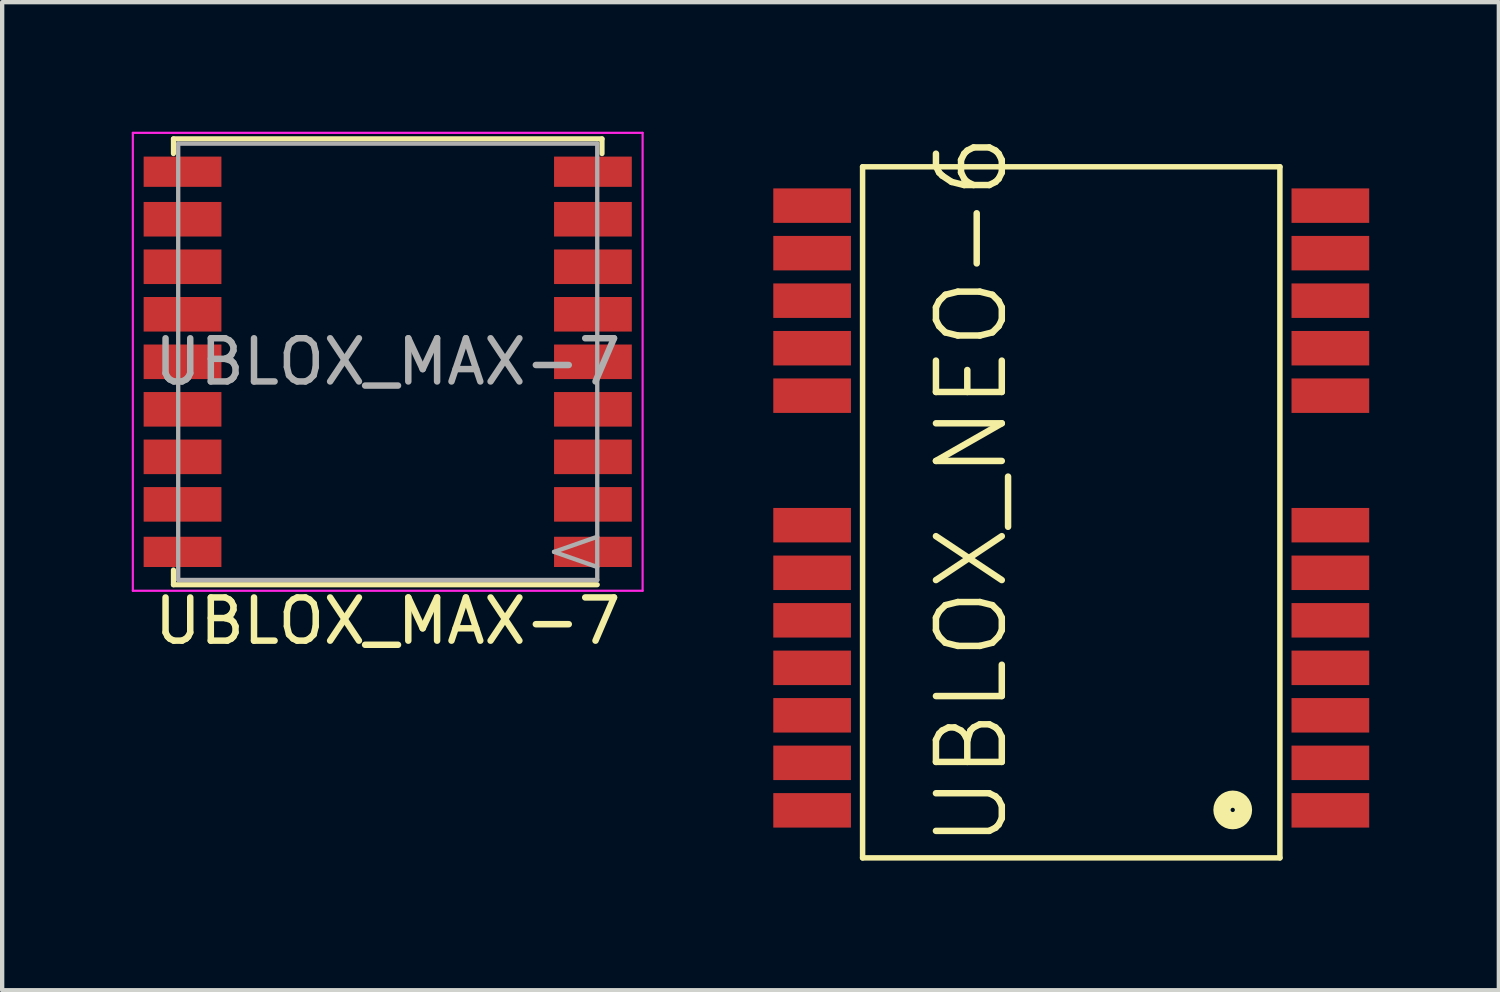
<source format=kicad_pcb>
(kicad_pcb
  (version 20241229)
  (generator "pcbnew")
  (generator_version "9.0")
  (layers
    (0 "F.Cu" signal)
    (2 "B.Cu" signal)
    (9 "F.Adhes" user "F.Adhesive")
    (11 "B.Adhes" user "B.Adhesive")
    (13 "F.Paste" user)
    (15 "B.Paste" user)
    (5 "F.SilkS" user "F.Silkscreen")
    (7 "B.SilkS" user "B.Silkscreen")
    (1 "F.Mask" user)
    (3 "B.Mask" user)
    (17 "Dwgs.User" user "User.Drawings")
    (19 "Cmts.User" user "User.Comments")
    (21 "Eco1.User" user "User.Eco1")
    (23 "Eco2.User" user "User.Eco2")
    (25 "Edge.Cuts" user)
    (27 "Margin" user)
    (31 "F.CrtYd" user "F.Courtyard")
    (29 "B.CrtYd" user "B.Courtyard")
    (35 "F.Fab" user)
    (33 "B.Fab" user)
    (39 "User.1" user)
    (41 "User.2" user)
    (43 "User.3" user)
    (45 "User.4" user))
  (footprint "UBLOX_NEO-6"
    (layer "F.Cu")
    (at 21.347 8.309)
    (property "Reference" "UBLOX_NEO-6" (at -1.905 0 90) (layer "F.SilkS") (effects (font (size 1.524 1.524) (thickness 0.15))))
    (attr smd)
    (fp_line (start -4.43 -7.498) (end -4.43 8.499) (stroke (width 0.127) (type solid)) (layer "F.SilkS"))
    (fp_line (start -4.43 -7.498) (end 5.23 -7.498) (stroke (width 0.127) (type solid)) (layer "F.SilkS"))
    (fp_line (start -4.43 8.499) (end 5.23 8.499) (stroke (width 0.127) (type solid)) (layer "F.SilkS"))
    (fp_line (start 5.23 8.499) (end 5.23 -7.498) (stroke (width 0.127) (type solid)) (layer "F.SilkS"))
    (fp_circle (center 4.138 7.389) (end 4.138 7.14) (stroke (width 0.399) (type solid)) (fill no) (layer "F.SilkS"))
    (pad "1_RE" smd rect (at 6.398 7.399 90) (size 0.798 1.798) (layers "F.Cu" "F.Mask" "F.Paste"))
    (pad "2_SS" smd rect (at 6.398 6.299 90) (size 0.798 1.798) (layers "F.Cu" "F.Mask" "F.Paste"))
    (pad "3_TI" smd rect (at 6.398 5.199 90) (size 0.798 1.798) (layers "F.Cu" "F.Mask" "F.Paste"))
    (pad "4_EX" smd rect (at 6.398 4.1 90) (size 0.798 1.798) (layers "F.Cu" "F.Mask" "F.Paste"))
    (pad "5_US" smd rect (at 6.398 3 90) (size 0.798 1.798) (layers "F.Cu" "F.Mask" "F.Paste"))
    (pad "6_US" smd rect (at 6.398 1.9 90) (size 0.798 1.798) (layers "F.Cu" "F.Mask" "F.Paste"))
    (pad "7_VD" smd rect (at 6.398 0.798 90) (size 0.798 1.798) (layers "F.Cu" "F.Mask" "F.Paste"))
    (pad "8_RE" smd rect (at 6.398 -2.2 90) (size 0.798 1.798) (layers "F.Cu" "F.Mask" "F.Paste"))
    (pad "9_VC" smd rect (at 6.398 -3.299 90) (size 0.798 1.798) (layers "F.Cu" "F.Mask" "F.Paste"))
    (pad "10_G" smd rect (at 6.398 -4.399 90) (size 0.798 1.798) (layers "F.Cu" "F.Mask" "F.Paste"))
    (pad "11_R" smd rect (at 6.398 -5.499 90) (size 0.798 1.798) (layers "F.Cu" "F.Mask" "F.Paste"))
    (pad "12_G" smd rect (at 6.398 -6.599 90) (size 0.798 1.798) (layers "F.Cu" "F.Mask" "F.Paste"))
    (pad "13_G" smd rect (at -5.598 -6.599 90) (size 0.798 1.798) (layers "F.Cu" "F.Mask" "F.Paste"))
    (pad "14_M" smd rect (at -5.598 -5.499 90) (size 0.798 1.798) (layers "F.Cu" "F.Mask" "F.Paste"))
    (pad "15_M" smd rect (at -5.598 -4.399 90) (size 0.798 1.798) (layers "F.Cu" "F.Mask" "F.Paste"))
    (pad "16_C" smd rect (at -5.598 -3.299 90) (size 0.798 1.798) (layers "F.Cu" "F.Mask" "F.Paste"))
    (pad "17_R" smd rect (at -5.598 -2.2 90) (size 0.798 1.798) (layers "F.Cu" "F.Mask" "F.Paste"))
    (pad "18_S" smd rect (at -5.598 0.798 90) (size 0.798 1.798) (layers "F.Cu" "F.Mask" "F.Paste"))
    (pad "19_S" smd rect (at -5.598 1.9 90) (size 0.798 1.798) (layers "F.Cu" "F.Mask" "F.Paste"))
    (pad "20_T" smd rect (at -5.598 3 90) (size 0.798 1.798) (layers "F.Cu" "F.Mask" "F.Paste"))
    (pad "21_R" smd rect (at -5.598 4.1 90) (size 0.798 1.798) (layers "F.Cu" "F.Mask" "F.Paste"))
    (pad "22_V" smd rect (at -5.598 5.199 90) (size 0.798 1.798) (layers "F.Cu" "F.Mask" "F.Paste"))
    (pad "23_V" smd rect (at -5.598 6.299 90) (size 0.798 1.798) (layers "F.Cu" "F.Mask" "F.Paste"))
    (pad "24_G" smd rect (at -5.598 7.399 90) (size 0.798 1.798) (layers "F.Cu" "F.Mask" "F.Paste")))
  (footprint "UBLOX_MAX-7"
    (layer "F.Cu")
    (at 6.001 5.503)
    (property "Reference" "UBLOX_MAX-7" (at -0.076 5.822 180) (layer "F.SilkS") (effects (font (size 1 1) (thickness 0.15))))
    (attr smd)
    (fp_line (start -5.036 -4.998) (end -5.036 -5.338) (stroke (width 0.12) (type solid)) (layer "F.SilkS"))
    (fp_line (start -5.036 4.982) (end -5.036 4.642) (stroke (width 0.12) (type solid)) (layer "F.SilkS"))
    (fp_line (start 4.774 4.982) (end -5.036 4.982) (stroke (width 0.12) (type solid)) (layer "F.SilkS"))
    (fp_line (start 4.884 -5.338) (end -5.036 -5.338) (stroke (width 0.12) (type solid)) (layer "F.SilkS"))
    (fp_line (start 4.884 -4.998) (end 4.884 -5.338) (stroke (width 0.12) (type solid)) (layer "F.SilkS"))
    (fp_line (start -5.976 5.122) (end -5.976 -5.478) (stroke (width 0.05) (type solid)) (layer "F.CrtYd"))
    (fp_line (start 5.824 -5.478) (end -5.976 -5.478) (stroke (width 0.05) (type solid)) (layer "F.CrtYd"))
    (fp_line (start 5.824 5.122) (end -5.976 5.122) (stroke (width 0.05) (type solid)) (layer "F.CrtYd"))
    (fp_line (start 5.824 5.122) (end 5.824 -5.478) (stroke (width 0.05) (type solid)) (layer "F.CrtYd"))
    (fp_line (start -4.926 4.872) (end -4.926 -5.228) (stroke (width 0.1) (type solid)) (layer "F.Fab"))
    (fp_line (start 3.774 4.222) (end 4.774 3.872) (stroke (width 0.1) (type solid)) (layer "F.Fab"))
    (fp_line (start 4.774 -5.228) (end -4.926 -5.228) (stroke (width 0.1) (type solid)) (layer "F.Fab"))
    (fp_line (start 4.774 4.572) (end 3.774 4.222) (stroke (width 0.1) (type solid)) (layer "F.Fab"))
    (fp_line (start 4.774 4.872) (end -4.926 4.872) (stroke (width 0.1) (type solid)) (layer "F.Fab"))
    (fp_line (start 4.774 4.872) (end 4.774 -5.228) (stroke (width 0.1) (type solid)) (layer "F.Fab"))
    (fp_text user "${REFERENCE}" (at -0.076 -0.178 180) (layer "F.Fab") (effects (font (size 1 1) (thickness 0.15))))
    (pad "1" smd rect (at 4.674 4.222 180) (size 1.8 0.7) (layers "F.Cu" "F.Mask" "F.Paste"))
    (pad "2" smd rect (at 4.674 3.122 180) (size 1.8 0.8) (layers "F.Cu" "F.Mask" "F.Paste"))
    (pad "3" smd rect (at 4.674 2.022 180) (size 1.8 0.8) (layers "F.Cu" "F.Mask" "F.Paste"))
    (pad "4" smd rect (at 4.674 0.922 180) (size 1.8 0.8) (layers "F.Cu" "F.Mask" "F.Paste"))
    (pad "5" smd rect (at 4.674 -0.178 180) (size 1.8 0.8) (layers "F.Cu" "F.Mask" "F.Paste"))
    (pad "6" smd rect (at 4.674 -1.278 180) (size 1.8 0.8) (layers "F.Cu" "F.Mask" "F.Paste"))
    (pad "7" smd rect (at 4.674 -2.378 180) (size 1.8 0.8) (layers "F.Cu" "F.Mask" "F.Paste"))
    (pad "8" smd rect (at 4.674 -3.478 180) (size 1.8 0.8) (layers "F.Cu" "F.Mask" "F.Paste"))
    (pad "9" smd rect (at 4.674 -4.578 180) (size 1.8 0.7) (layers "F.Cu" "F.Mask" "F.Paste"))
    (pad "10" smd rect (at -4.826 -4.578 180) (size 1.8 0.7) (layers "F.Cu" "F.Mask" "F.Paste"))
    (pad "11" smd rect (at -4.826 -3.478 180) (size 1.8 0.8) (layers "F.Cu" "F.Mask" "F.Paste"))
    (pad "12" smd rect (at -4.826 -2.378 180) (size 1.8 0.8) (layers "F.Cu" "F.Mask" "F.Paste"))
    (pad "13" smd rect (at -4.826 -1.278 180) (size 1.8 0.8) (layers "F.Cu" "F.Mask" "F.Paste"))
    (pad "14" smd rect (at -4.826 -0.178 180) (size 1.8 0.8) (layers "F.Cu" "F.Mask" "F.Paste"))
    (pad "15" smd rect (at -4.826 0.922 180) (size 1.8 0.8) (layers "F.Cu" "F.Mask" "F.Paste"))
    (pad "16" smd rect (at -4.826 2.022 180) (size 1.8 0.8) (layers "F.Cu" "F.Mask" "F.Paste"))
    (pad "17" smd rect (at -4.826 3.122 180) (size 1.8 0.8) (layers "F.Cu" "F.Mask" "F.Paste"))
    (pad "18" smd rect (at -4.826 4.222 180) (size 1.8 0.7) (layers "F.Cu" "F.Mask" "F.Paste")))
  (gr_rect
    (start -3 -3)
    (end 31.645 19.872)
    (stroke (width 0.1) (type default))
    (fill no)
    (layer "Edge.Cuts")))
</source>
